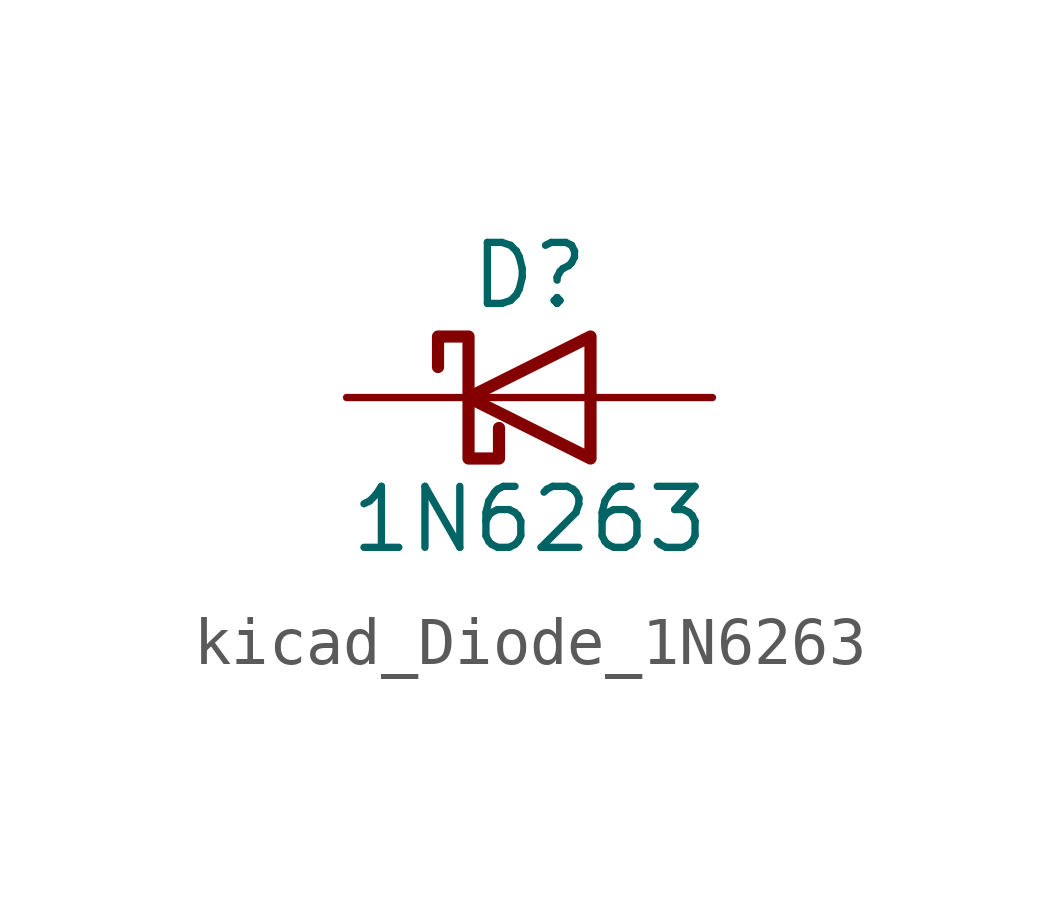
<source format=kicad_sym>
(kicad_symbol_lib
  (version 20220914)
  (generator kicad_symbol_editor)
  (symbol "kicad_Diode_1N6263"
    (pin_numbers hide)
    (pin_names
      (offset 1.016) hide)
    (property "Reference" "D"
      (at 0 2.54 0)
      (effects (font (size 1.27 1.27))))
    (property "Value" "1N6263"
      (at 0 -2.54 0)
      (effects (font (size 1.27 1.27))))
    (symbol "kicad_Diode_1N6263_0_1"
      (polyline (pts (xy 1.27 0) (xy -1.27 0)) (stroke (width 0) (type default)) (fill (type none)))
      (polyline (pts (xy 1.27 1.27) (xy 1.27 -1.27) (xy -1.27 0) (xy 1.27 1.27)) (stroke (width 0.254) (type default)) (fill (type none)))
      (polyline (pts (xy -1.905 0.635) (xy -1.905 1.27) (xy -1.27 1.27) (xy -1.27 -1.27) (xy -0.635 -1.27) (xy -0.635 -0.635)) (stroke (width 0.254) (type default)) (fill (type none))))
    (symbol "kicad_Diode_1N6263_1_1"
      (pin passive line (at -3.81 0 0) (length 2.54) (name "K" (effects (font (size 1.27 1.27)))) (number "1" (effects (font (size 1.27 1.27)))))
      (pin passive line (at 3.81 0 180) (length 2.54) (name "A" (effects (font (size 1.27 1.27)))) (number "2" (effects (font (size 1.27 1.27))))))))
</source>
